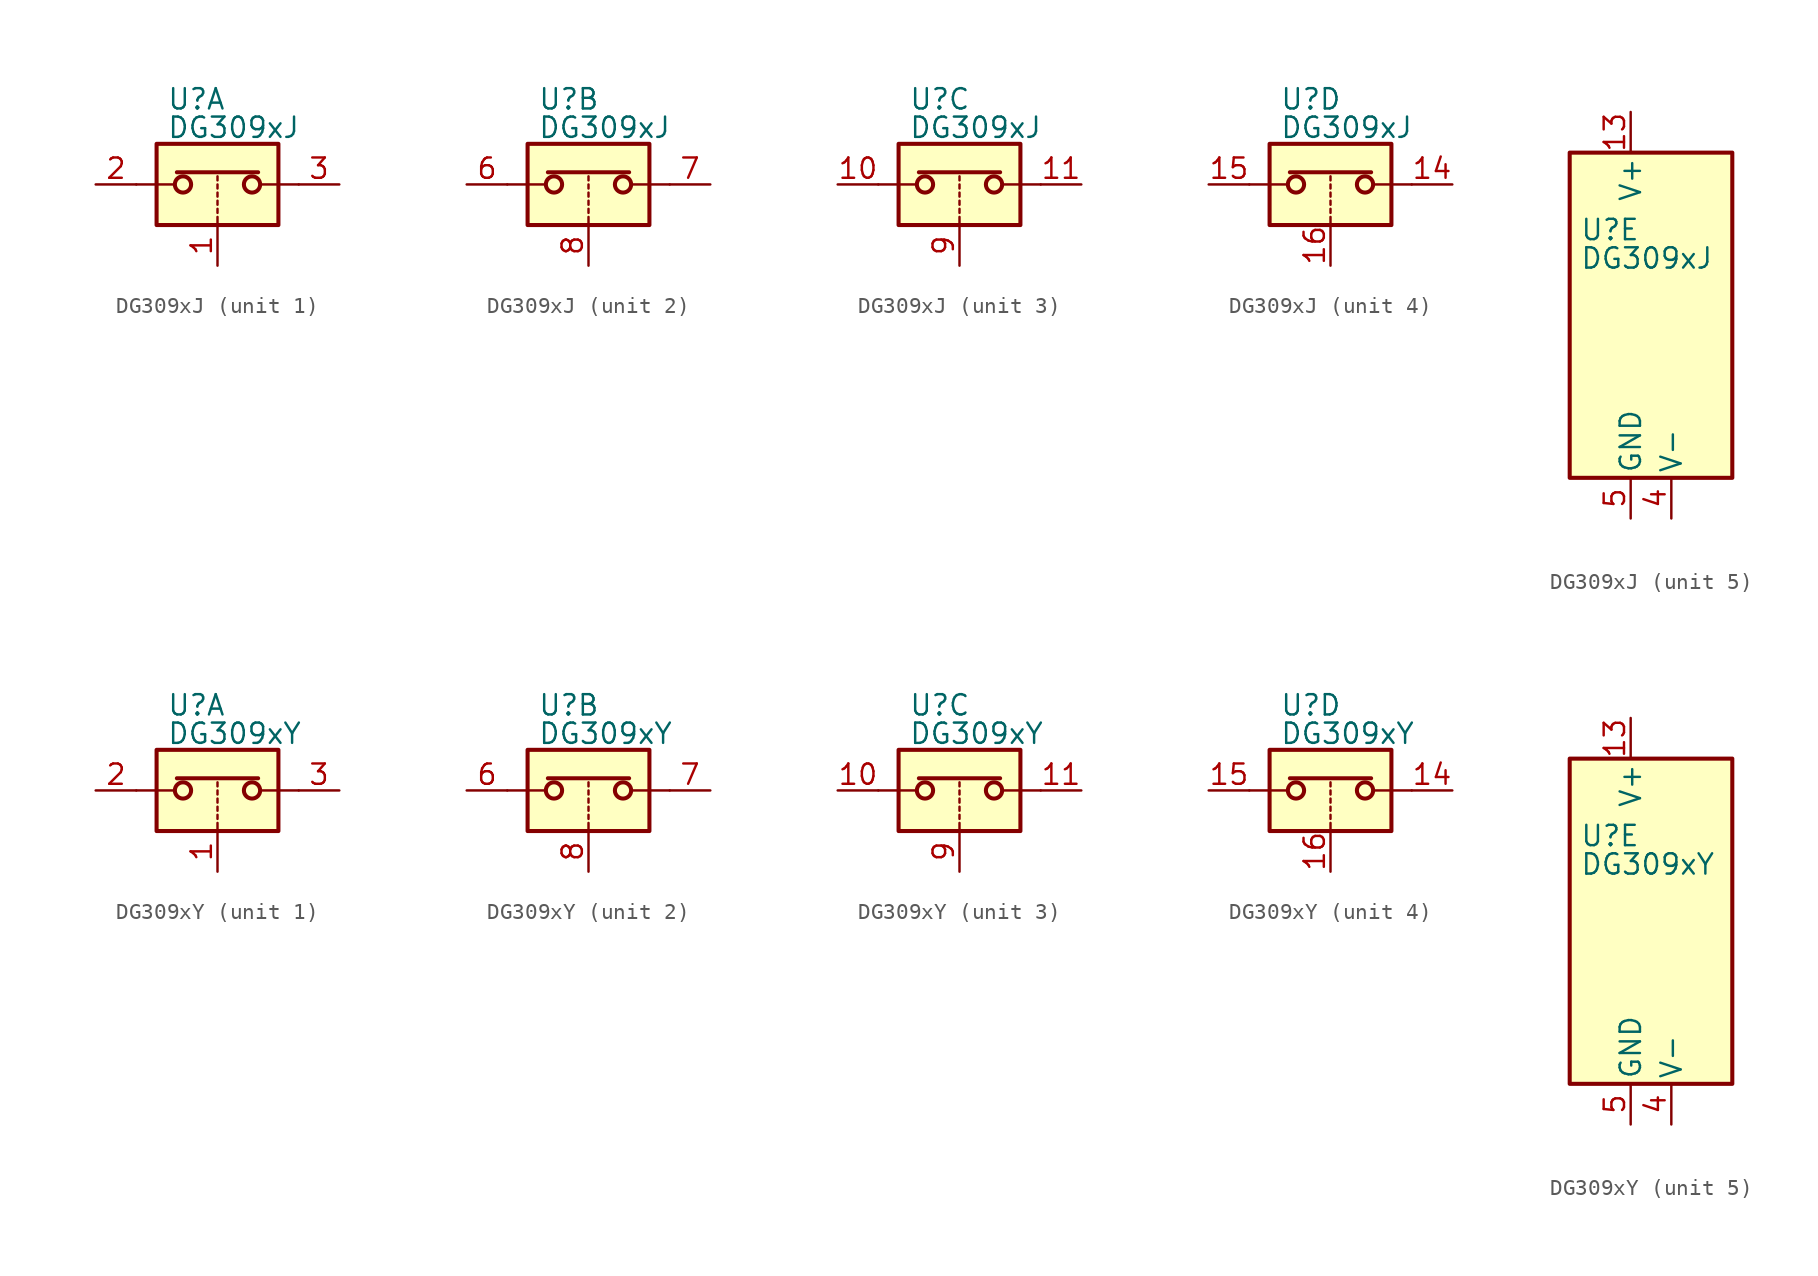
<source format=kicad_sym>
(kicad_symbol_lib
  (version 20201005)
  (generator kicad_symbol_editor)
  (symbol "Analog_Switch:DG309xJ"
    (pin_names
      (offset 0.254))
    (property "Reference" "U"
      (at -3.175 5.334 0)
      (effects (font (size 1.27 1.27)) (justify left)))
    (property "Value" "DG309xJ"
      (at -3.175 3.556 0)
      (effects (font (size 1.27 1.27)) (justify left)))
    (symbol "DG309xJ_1_1"
      (circle (center -2.159 0) (radius 0.508) (stroke (width 0.254)) (fill (type none)))
      (circle (center 2.159 0) (radius 0.508) (stroke (width 0.254)) (fill (type none)))
      (rectangle (start -3.81 2.54) (end 3.81 -2.54) (stroke (width 0.254)) (fill (type background)))
      (polyline (pts (xy -5.08 0) (xy -2.794 0)) (stroke (width 0)) (fill (type none)))
      (polyline (pts (xy -2.54 0.762) (xy 2.54 0.762)) (stroke (width 0.254)) (fill (type none)))
      (polyline (pts (xy 0 -2.54) (xy 0 -2.032)) (stroke (width 0)) (fill (type none)))
      (polyline (pts (xy 0 -1.778) (xy 0 -1.524)) (stroke (width 0)) (fill (type none)))
      (polyline (pts (xy 0 -1.27) (xy 0 -1.016)) (stroke (width 0)) (fill (type none)))
      (polyline (pts (xy 0 -0.762) (xy 0 -0.508)) (stroke (width 0)) (fill (type none)))
      (polyline (pts (xy 0 -0.254) (xy 0 0)) (stroke (width 0)) (fill (type none)))
      (polyline (pts (xy 0 0.254) (xy 0 0.508)) (stroke (width 0)) (fill (type none)))
      (polyline (pts (xy 5.08 0) (xy 2.794 0)) (stroke (width 0)) (fill (type none)))
      (pin input line (at 0 -5.08 90) (length 2.54) (name "~" (effects (font (size 1.27 1.27)))) (number "1" (effects (font (size 1.27 1.27)))))
      (pin passive line (at -7.62 0 0) (length 2.54) (name "~" (effects (font (size 1.27 1.27)))) (number "2" (effects (font (size 1.27 1.27)))))
      (pin passive line (at 7.62 0 180) (length 2.54) (name "~" (effects (font (size 1.27 1.27)))) (number "3" (effects (font (size 1.27 1.27))))))
    (symbol "DG309xJ_2_1"
      (circle (center -2.159 0) (radius 0.508) (stroke (width 0.254)) (fill (type none)))
      (circle (center 2.159 0) (radius 0.508) (stroke (width 0.254)) (fill (type none)))
      (rectangle (start -3.81 2.54) (end 3.81 -2.54) (stroke (width 0.254)) (fill (type background)))
      (polyline (pts (xy -5.08 0) (xy -2.794 0)) (stroke (width 0)) (fill (type none)))
      (polyline (pts (xy -2.54 0.762) (xy 2.54 0.762)) (stroke (width 0.254)) (fill (type none)))
      (polyline (pts (xy 0 -2.54) (xy 0 -2.032)) (stroke (width 0)) (fill (type none)))
      (polyline (pts (xy 0 -1.778) (xy 0 -1.524)) (stroke (width 0)) (fill (type none)))
      (polyline (pts (xy 0 -1.27) (xy 0 -1.016)) (stroke (width 0)) (fill (type none)))
      (polyline (pts (xy 0 -0.762) (xy 0 -0.508)) (stroke (width 0)) (fill (type none)))
      (polyline (pts (xy 0 -0.254) (xy 0 0)) (stroke (width 0)) (fill (type none)))
      (polyline (pts (xy 0 0.254) (xy 0 0.508)) (stroke (width 0)) (fill (type none)))
      (polyline (pts (xy 5.08 0) (xy 2.794 0)) (stroke (width 0)) (fill (type none)))
      (pin passive line (at -7.62 0 0) (length 2.54) (name "~" (effects (font (size 1.27 1.27)))) (number "6" (effects (font (size 1.27 1.27)))))
      (pin passive line (at 7.62 0 180) (length 2.54) (name "~" (effects (font (size 1.27 1.27)))) (number "7" (effects (font (size 1.27 1.27)))))
      (pin input line (at 0 -5.08 90) (length 2.54) (name "~" (effects (font (size 1.27 1.27)))) (number "8" (effects (font (size 1.27 1.27))))))
    (symbol "DG309xJ_3_1"
      (circle (center -2.159 0) (radius 0.508) (stroke (width 0.254)) (fill (type none)))
      (circle (center 2.159 0) (radius 0.508) (stroke (width 0.254)) (fill (type none)))
      (rectangle (start -3.81 2.54) (end 3.81 -2.54) (stroke (width 0.254)) (fill (type background)))
      (polyline (pts (xy -5.08 0) (xy -2.794 0)) (stroke (width 0)) (fill (type none)))
      (polyline (pts (xy -2.54 0.762) (xy 2.54 0.762)) (stroke (width 0.254)) (fill (type none)))
      (polyline (pts (xy 0 -2.54) (xy 0 -2.032)) (stroke (width 0)) (fill (type none)))
      (polyline (pts (xy 0 -1.778) (xy 0 -1.524)) (stroke (width 0)) (fill (type none)))
      (polyline (pts (xy 0 -1.27) (xy 0 -1.016)) (stroke (width 0)) (fill (type none)))
      (polyline (pts (xy 0 -0.762) (xy 0 -0.508)) (stroke (width 0)) (fill (type none)))
      (polyline (pts (xy 0 -0.254) (xy 0 0)) (stroke (width 0)) (fill (type none)))
      (polyline (pts (xy 0 0.254) (xy 0 0.508)) (stroke (width 0)) (fill (type none)))
      (polyline (pts (xy 5.08 0) (xy 2.794 0)) (stroke (width 0)) (fill (type none)))
      (pin passive line (at -7.62 0 0) (length 2.54) (name "~" (effects (font (size 1.27 1.27)))) (number "10" (effects (font (size 1.27 1.27)))))
      (pin passive line (at 7.62 0 180) (length 2.54) (name "~" (effects (font (size 1.27 1.27)))) (number "11" (effects (font (size 1.27 1.27)))))
      (pin input line (at 0 -5.08 90) (length 2.54) (name "~" (effects (font (size 1.27 1.27)))) (number "9" (effects (font (size 1.27 1.27))))))
    (symbol "DG309xJ_4_1"
      (circle (center -2.159 0) (radius 0.508) (stroke (width 0.254)) (fill (type none)))
      (circle (center 2.159 0) (radius 0.508) (stroke (width 0.254)) (fill (type none)))
      (rectangle (start -3.81 2.54) (end 3.81 -2.54) (stroke (width 0.254)) (fill (type background)))
      (polyline (pts (xy -5.08 0) (xy -2.794 0)) (stroke (width 0)) (fill (type none)))
      (polyline (pts (xy -2.54 0.762) (xy 2.54 0.762)) (stroke (width 0.254)) (fill (type none)))
      (polyline (pts (xy 0 -2.54) (xy 0 -2.032)) (stroke (width 0)) (fill (type none)))
      (polyline (pts (xy 0 -1.778) (xy 0 -1.524)) (stroke (width 0)) (fill (type none)))
      (polyline (pts (xy 0 -1.27) (xy 0 -1.016)) (stroke (width 0)) (fill (type none)))
      (polyline (pts (xy 0 -0.762) (xy 0 -0.508)) (stroke (width 0)) (fill (type none)))
      (polyline (pts (xy 0 -0.254) (xy 0 0)) (stroke (width 0)) (fill (type none)))
      (polyline (pts (xy 0 0.254) (xy 0 0.508)) (stroke (width 0)) (fill (type none)))
      (polyline (pts (xy 5.08 0) (xy 2.794 0)) (stroke (width 0)) (fill (type none)))
      (pin passive line (at 7.62 0 180) (length 2.54) (name "~" (effects (font (size 1.27 1.27)))) (number "14" (effects (font (size 1.27 1.27)))))
      (pin passive line (at -7.62 0 0) (length 2.54) (name "~" (effects (font (size 1.27 1.27)))) (number "15" (effects (font (size 1.27 1.27)))))
      (pin input line (at 0 -5.08 90) (length 2.54) (name "~" (effects (font (size 1.27 1.27)))) (number "16" (effects (font (size 1.27 1.27))))))
    (symbol "DG309xJ_5_0"
      (pin no_connect line (at 2.54 10.16 270) (length 2.54) hide (name "NC" (effects (font (size 1.27 1.27)))) (number "12" (effects (font (size 1.27 1.27)))))
      (pin power_in line (at 0 12.7 270) (length 2.54) (name "V+" (effects (font (size 1.27 1.27)))) (number "13" (effects (font (size 1.27 1.27)))))
      (pin power_in line (at 2.54 -12.7 90) (length 2.54) (name "V-" (effects (font (size 1.27 1.27)))) (number "4" (effects (font (size 1.27 1.27)))))
      (pin power_in line (at 0 -12.7 90) (length 2.54) (name "GND" (effects (font (size 1.27 1.27)))) (number "5" (effects (font (size 1.27 1.27))))))
    (symbol "DG309xJ_5_1"
      (rectangle (start -3.81 10.16) (end 6.35 -10.16) (stroke (width 0.254)) (fill (type background)))))
  (symbol "Analog_Switch:DG309xY"
    (pin_names
      (offset 0.254))
    (property "Reference" "U"
      (at -3.175 5.334 0)
      (effects (font (size 1.27 1.27)) (justify left)))
    (property "Value" "DG309xY"
      (at -3.175 3.556 0)
      (effects (font (size 1.27 1.27)) (justify left)))
    (symbol "DG309xY_1_1"
      (circle (center -2.159 0) (radius 0.508) (stroke (width 0.254)) (fill (type none)))
      (circle (center 2.159 0) (radius 0.508) (stroke (width 0.254)) (fill (type none)))
      (rectangle (start -3.81 2.54) (end 3.81 -2.54) (stroke (width 0.254)) (fill (type background)))
      (polyline (pts (xy -5.08 0) (xy -2.794 0)) (stroke (width 0)) (fill (type none)))
      (polyline (pts (xy -2.54 0.762) (xy 2.54 0.762)) (stroke (width 0.254)) (fill (type none)))
      (polyline (pts (xy 0 -2.54) (xy 0 -2.032)) (stroke (width 0)) (fill (type none)))
      (polyline (pts (xy 0 -1.778) (xy 0 -1.524)) (stroke (width 0)) (fill (type none)))
      (polyline (pts (xy 0 -1.27) (xy 0 -1.016)) (stroke (width 0)) (fill (type none)))
      (polyline (pts (xy 0 -0.762) (xy 0 -0.508)) (stroke (width 0)) (fill (type none)))
      (polyline (pts (xy 0 -0.254) (xy 0 0)) (stroke (width 0)) (fill (type none)))
      (polyline (pts (xy 0 0.254) (xy 0 0.508)) (stroke (width 0)) (fill (type none)))
      (polyline (pts (xy 5.08 0) (xy 2.794 0)) (stroke (width 0)) (fill (type none)))
      (pin input line (at 0 -5.08 90) (length 2.54) (name "~" (effects (font (size 1.27 1.27)))) (number "1" (effects (font (size 1.27 1.27)))))
      (pin passive line (at -7.62 0 0) (length 2.54) (name "~" (effects (font (size 1.27 1.27)))) (number "2" (effects (font (size 1.27 1.27)))))
      (pin passive line (at 7.62 0 180) (length 2.54) (name "~" (effects (font (size 1.27 1.27)))) (number "3" (effects (font (size 1.27 1.27))))))
    (symbol "DG309xY_2_1"
      (circle (center -2.159 0) (radius 0.508) (stroke (width 0.254)) (fill (type none)))
      (circle (center 2.159 0) (radius 0.508) (stroke (width 0.254)) (fill (type none)))
      (rectangle (start -3.81 2.54) (end 3.81 -2.54) (stroke (width 0.254)) (fill (type background)))
      (polyline (pts (xy -5.08 0) (xy -2.794 0)) (stroke (width 0)) (fill (type none)))
      (polyline (pts (xy -2.54 0.762) (xy 2.54 0.762)) (stroke (width 0.254)) (fill (type none)))
      (polyline (pts (xy 0 -2.54) (xy 0 -2.032)) (stroke (width 0)) (fill (type none)))
      (polyline (pts (xy 0 -1.778) (xy 0 -1.524)) (stroke (width 0)) (fill (type none)))
      (polyline (pts (xy 0 -1.27) (xy 0 -1.016)) (stroke (width 0)) (fill (type none)))
      (polyline (pts (xy 0 -0.762) (xy 0 -0.508)) (stroke (width 0)) (fill (type none)))
      (polyline (pts (xy 0 -0.254) (xy 0 0)) (stroke (width 0)) (fill (type none)))
      (polyline (pts (xy 0 0.254) (xy 0 0.508)) (stroke (width 0)) (fill (type none)))
      (polyline (pts (xy 5.08 0) (xy 2.794 0)) (stroke (width 0)) (fill (type none)))
      (pin passive line (at -7.62 0 0) (length 2.54) (name "~" (effects (font (size 1.27 1.27)))) (number "6" (effects (font (size 1.27 1.27)))))
      (pin passive line (at 7.62 0 180) (length 2.54) (name "~" (effects (font (size 1.27 1.27)))) (number "7" (effects (font (size 1.27 1.27)))))
      (pin input line (at 0 -5.08 90) (length 2.54) (name "~" (effects (font (size 1.27 1.27)))) (number "8" (effects (font (size 1.27 1.27))))))
    (symbol "DG309xY_3_1"
      (circle (center -2.159 0) (radius 0.508) (stroke (width 0.254)) (fill (type none)))
      (circle (center 2.159 0) (radius 0.508) (stroke (width 0.254)) (fill (type none)))
      (rectangle (start -3.81 2.54) (end 3.81 -2.54) (stroke (width 0.254)) (fill (type background)))
      (polyline (pts (xy -5.08 0) (xy -2.794 0)) (stroke (width 0)) (fill (type none)))
      (polyline (pts (xy -2.54 0.762) (xy 2.54 0.762)) (stroke (width 0.254)) (fill (type none)))
      (polyline (pts (xy 0 -2.54) (xy 0 -2.032)) (stroke (width 0)) (fill (type none)))
      (polyline (pts (xy 0 -1.778) (xy 0 -1.524)) (stroke (width 0)) (fill (type none)))
      (polyline (pts (xy 0 -1.27) (xy 0 -1.016)) (stroke (width 0)) (fill (type none)))
      (polyline (pts (xy 0 -0.762) (xy 0 -0.508)) (stroke (width 0)) (fill (type none)))
      (polyline (pts (xy 0 -0.254) (xy 0 0)) (stroke (width 0)) (fill (type none)))
      (polyline (pts (xy 0 0.254) (xy 0 0.508)) (stroke (width 0)) (fill (type none)))
      (polyline (pts (xy 5.08 0) (xy 2.794 0)) (stroke (width 0)) (fill (type none)))
      (pin passive line (at -7.62 0 0) (length 2.54) (name "~" (effects (font (size 1.27 1.27)))) (number "10" (effects (font (size 1.27 1.27)))))
      (pin passive line (at 7.62 0 180) (length 2.54) (name "~" (effects (font (size 1.27 1.27)))) (number "11" (effects (font (size 1.27 1.27)))))
      (pin input line (at 0 -5.08 90) (length 2.54) (name "~" (effects (font (size 1.27 1.27)))) (number "9" (effects (font (size 1.27 1.27))))))
    (symbol "DG309xY_4_1"
      (circle (center -2.159 0) (radius 0.508) (stroke (width 0.254)) (fill (type none)))
      (circle (center 2.159 0) (radius 0.508) (stroke (width 0.254)) (fill (type none)))
      (rectangle (start -3.81 2.54) (end 3.81 -2.54) (stroke (width 0.254)) (fill (type background)))
      (polyline (pts (xy -5.08 0) (xy -2.794 0)) (stroke (width 0)) (fill (type none)))
      (polyline (pts (xy -2.54 0.762) (xy 2.54 0.762)) (stroke (width 0.254)) (fill (type none)))
      (polyline (pts (xy 0 -2.54) (xy 0 -2.032)) (stroke (width 0)) (fill (type none)))
      (polyline (pts (xy 0 -1.778) (xy 0 -1.524)) (stroke (width 0)) (fill (type none)))
      (polyline (pts (xy 0 -1.27) (xy 0 -1.016)) (stroke (width 0)) (fill (type none)))
      (polyline (pts (xy 0 -0.762) (xy 0 -0.508)) (stroke (width 0)) (fill (type none)))
      (polyline (pts (xy 0 -0.254) (xy 0 0)) (stroke (width 0)) (fill (type none)))
      (polyline (pts (xy 0 0.254) (xy 0 0.508)) (stroke (width 0)) (fill (type none)))
      (polyline (pts (xy 5.08 0) (xy 2.794 0)) (stroke (width 0)) (fill (type none)))
      (pin passive line (at 7.62 0 180) (length 2.54) (name "~" (effects (font (size 1.27 1.27)))) (number "14" (effects (font (size 1.27 1.27)))))
      (pin passive line (at -7.62 0 0) (length 2.54) (name "~" (effects (font (size 1.27 1.27)))) (number "15" (effects (font (size 1.27 1.27)))))
      (pin input line (at 0 -5.08 90) (length 2.54) (name "~" (effects (font (size 1.27 1.27)))) (number "16" (effects (font (size 1.27 1.27))))))
    (symbol "DG309xY_5_0"
      (pin no_connect line (at 2.54 10.16 270) (length 2.54) hide (name "NC" (effects (font (size 1.27 1.27)))) (number "12" (effects (font (size 1.27 1.27)))))
      (pin power_in line (at 0 12.7 270) (length 2.54) (name "V+" (effects (font (size 1.27 1.27)))) (number "13" (effects (font (size 1.27 1.27)))))
      (pin power_in line (at 2.54 -12.7 90) (length 2.54) (name "V-" (effects (font (size 1.27 1.27)))) (number "4" (effects (font (size 1.27 1.27)))))
      (pin power_in line (at 0 -12.7 90) (length 2.54) (name "GND" (effects (font (size 1.27 1.27)))) (number "5" (effects (font (size 1.27 1.27))))))
    (symbol "DG309xY_5_1"
      (rectangle (start -3.81 10.16) (end 6.35 -10.16) (stroke (width 0.254)) (fill (type background))))))
</source>
